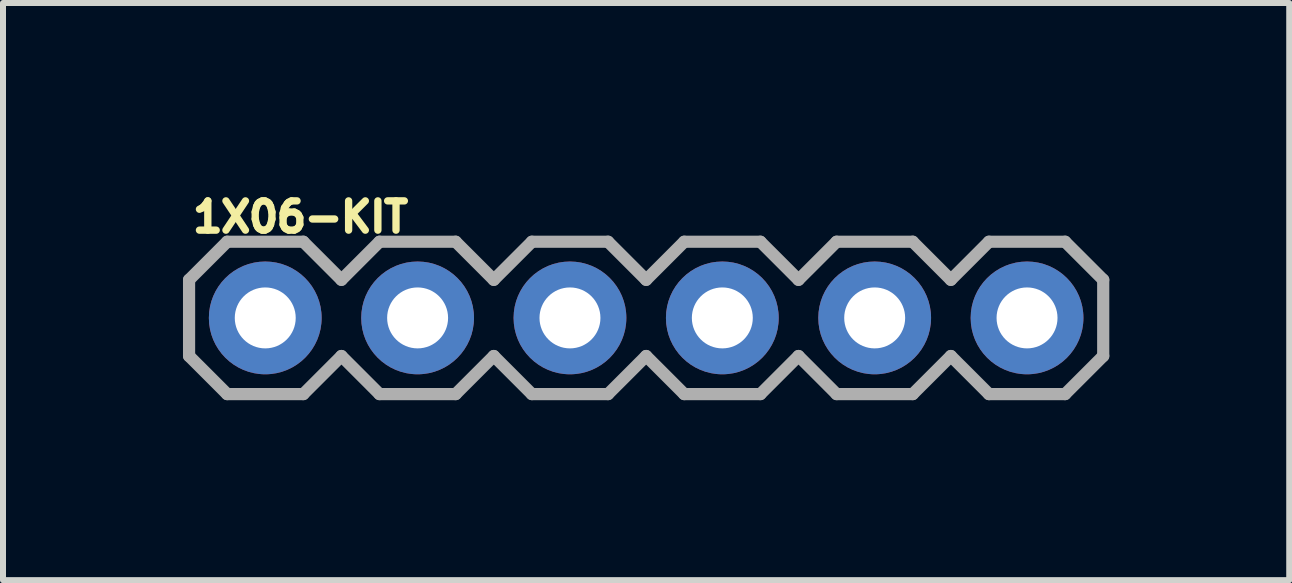
<source format=kicad_pcb>
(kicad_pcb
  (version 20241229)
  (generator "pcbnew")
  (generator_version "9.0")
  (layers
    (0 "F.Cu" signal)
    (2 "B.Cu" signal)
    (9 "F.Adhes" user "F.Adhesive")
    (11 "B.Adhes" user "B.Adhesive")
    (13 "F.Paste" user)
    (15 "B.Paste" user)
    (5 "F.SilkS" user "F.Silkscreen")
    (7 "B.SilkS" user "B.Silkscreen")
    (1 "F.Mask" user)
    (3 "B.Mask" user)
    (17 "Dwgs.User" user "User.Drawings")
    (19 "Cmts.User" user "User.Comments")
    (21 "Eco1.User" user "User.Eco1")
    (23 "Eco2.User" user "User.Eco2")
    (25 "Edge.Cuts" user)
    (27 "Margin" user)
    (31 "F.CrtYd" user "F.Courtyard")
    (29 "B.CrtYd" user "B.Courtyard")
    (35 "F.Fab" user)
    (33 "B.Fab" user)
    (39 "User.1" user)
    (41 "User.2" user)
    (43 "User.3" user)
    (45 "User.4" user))
  (footprint "1X06-KIT"
    (layer "F.Cu")
    (at 1.372 2.25)
    (property "Reference" "1X06-KIT" (at -1.27 -1.397 0) (layer "F.SilkS") (effects (font (size 0.488 0.488) (thickness 0.122)) (justify left bottom)))
    (fp_poly (pts (xy 0.159 -0.483) (xy 0.301 -0.408) (xy 0.417 -0.289) (xy 0.503 -0.008) (xy 0.442 0.01) (xy 0.505 0.021) (xy 0.48 0.166) (xy 0.408 0.305) (xy 0.296 0.415) (xy 0.155 0.486) (xy 0.009 0.507) (xy 0.000001 0.445) (xy -0.008 0.507) (xy -0.153 0.488) (xy -0.294 0.42) (xy -0.41 0.309) (xy -0.509 0.027) (xy -0.487 -0.139) (xy -0.417 -0.286) (xy -0.301 -0.408) (xy -0.005 -0.512)) (stroke (width 0) (type solid)) (fill yes) (layer "F.Mask"))
    (fp_poly (pts (xy 2.699 -0.483) (xy 2.841 -0.408) (xy 2.957 -0.289) (xy 3.043 -0.008) (xy 2.982 0.01) (xy 3.045 0.021) (xy 3.02 0.166) (xy 2.948 0.305) (xy 2.836 0.415) (xy 2.695 0.486) (xy 2.549 0.507) (xy 2.54 0.445) (xy 2.532 0.507) (xy 2.387 0.488) (xy 2.246 0.42) (xy 2.13 0.309) (xy 2.031 0.027) (xy 2.053 -0.139) (xy 2.123 -0.286) (xy 2.239 -0.408) (xy 2.535 -0.512)) (stroke (width 0) (type solid)) (fill yes) (layer "F.Mask"))
    (fp_poly (pts (xy 5.239 -0.483) (xy 5.381 -0.408) (xy 5.497 -0.289) (xy 5.583 -0.008) (xy 5.522 0.01) (xy 5.585 0.021) (xy 5.56 0.166) (xy 5.488 0.305) (xy 5.376 0.415) (xy 5.235 0.486) (xy 5.089 0.507) (xy 5.08 0.445) (xy 5.072 0.507) (xy 4.927 0.488) (xy 4.786 0.42) (xy 4.67 0.309) (xy 4.571 0.027) (xy 4.593 -0.139) (xy 4.663 -0.286) (xy 4.779 -0.408) (xy 5.075 -0.512)) (stroke (width 0) (type solid)) (fill yes) (layer "F.Mask"))
    (fp_poly (pts (xy 7.779 -0.483) (xy 7.921 -0.408) (xy 8.037 -0.289) (xy 8.123 -0.008) (xy 8.062 0.01) (xy 8.125 0.021) (xy 8.1 0.166) (xy 8.028 0.305) (xy 7.916 0.415) (xy 7.775 0.486) (xy 7.629 0.507) (xy 7.62 0.445) (xy 7.612 0.507) (xy 7.467 0.488) (xy 7.326 0.42) (xy 7.21 0.309) (xy 7.111 0.027) (xy 7.133 -0.139) (xy 7.203 -0.286) (xy 7.319 -0.408) (xy 7.615 -0.512)) (stroke (width 0) (type solid)) (fill yes) (layer "F.Mask"))
    (fp_poly (pts (xy 10.319 -0.483) (xy 10.461 -0.408) (xy 10.577 -0.289) (xy 10.663 -0.008) (xy 10.602 0.01) (xy 10.665 0.021) (xy 10.64 0.166) (xy 10.568 0.305) (xy 10.456 0.415) (xy 10.315 0.486) (xy 10.169 0.507) (xy 10.16 0.445) (xy 10.152 0.507) (xy 10.007 0.488) (xy 9.866 0.42) (xy 9.75 0.309) (xy 9.651 0.027) (xy 9.673 -0.139) (xy 9.743 -0.286) (xy 9.859 -0.408) (xy 10.155 -0.512)) (stroke (width 0) (type solid)) (fill yes) (layer "F.Mask"))
    (fp_poly (pts (xy 12.859 -0.483) (xy 13.001 -0.408) (xy 13.117 -0.289) (xy 13.203 -0.008) (xy 13.142 0.01) (xy 13.205 0.021) (xy 13.18 0.166) (xy 13.108 0.305) (xy 12.996 0.415) (xy 12.855 0.486) (xy 12.709 0.507) (xy 12.7 0.445) (xy 12.692 0.507) (xy 12.547 0.488) (xy 12.406 0.42) (xy 12.29 0.309) (xy 12.191 0.027) (xy 12.213 -0.139) (xy 12.283 -0.286) (xy 12.399 -0.408) (xy 12.695 -0.512)) (stroke (width 0) (type solid)) (fill yes) (layer "F.Mask"))
    (fp_poly (pts (xy 0.201 -0.994) (xy 0.393 -0.932) (xy 0.569 -0.835) (xy 0.723 -0.705) (xy 0.849 -0.547) (xy 0.941 -0.368) (xy 0.997 -0.174) (xy 1.013 0.02) (xy 0.95 0.025) (xy 1.013 0.032) (xy 0.992 0.221) (xy 0.933 0.408) (xy 0.839 0.58) (xy 0.713 0.731) (xy 0.56 0.854) (xy 0.386 0.944) (xy 0.197 0.999) (xy 0.008 1.016) (xy 0.003 0.953) (xy -0.003 1.016) (xy -0.193 1) (xy -0.383 0.945) (xy -0.558 0.854) (xy -0.712 0.731) (xy -0.839 0.58) (xy -0.936 0.405) (xy -1.016 0.027) (xy -0.999 -0.177) (xy -0.943 -0.371) (xy -0.85 -0.549) (xy -0.724 -0.707) (xy -0.57 -0.836) (xy -0.39 -0.935) (xy -0.003 -1.017)) (stroke (width 0) (type solid)) (fill yes) (layer "B.Mask"))
    (fp_poly (pts (xy 2.741 -0.994) (xy 2.933 -0.932) (xy 3.109 -0.835) (xy 3.263 -0.705) (xy 3.389 -0.547) (xy 3.481 -0.368) (xy 3.537 -0.174) (xy 3.553 0.02) (xy 3.49 0.025) (xy 3.553 0.032) (xy 3.532 0.221) (xy 3.473 0.408) (xy 3.379 0.58) (xy 3.253 0.731) (xy 3.1 0.854) (xy 2.926 0.944) (xy 2.737 0.999) (xy 2.548 1.016) (xy 2.543 0.953) (xy 2.537 1.016) (xy 2.347 1) (xy 2.157 0.945) (xy 1.982 0.854) (xy 1.828 0.731) (xy 1.701 0.58) (xy 1.604 0.405) (xy 1.524 0.027) (xy 1.541 -0.177) (xy 1.597 -0.371) (xy 1.69 -0.549) (xy 1.816 -0.707) (xy 1.97 -0.836) (xy 2.15 -0.935) (xy 2.537 -1.017)) (stroke (width 0) (type solid)) (fill yes) (layer "B.Mask"))
    (fp_poly (pts (xy 5.281 -0.994) (xy 5.473 -0.932) (xy 5.649 -0.835) (xy 5.803 -0.705) (xy 5.929 -0.547) (xy 6.021 -0.368) (xy 6.077 -0.174) (xy 6.093 0.02) (xy 6.03 0.025) (xy 6.093 0.032) (xy 6.072 0.221) (xy 6.013 0.408) (xy 5.919 0.58) (xy 5.793 0.731) (xy 5.64 0.854) (xy 5.466 0.944) (xy 5.277 0.999) (xy 5.088 1.016) (xy 5.083 0.953) (xy 5.077 1.016) (xy 4.887 1) (xy 4.697 0.945) (xy 4.522 0.854) (xy 4.368 0.731) (xy 4.241 0.58) (xy 4.144 0.405) (xy 4.064 0.027) (xy 4.081 -0.177) (xy 4.137 -0.371) (xy 4.23 -0.549) (xy 4.356 -0.707) (xy 4.51 -0.836) (xy 4.69 -0.935) (xy 5.077 -1.017)) (stroke (width 0) (type solid)) (fill yes) (layer "B.Mask"))
    (fp_poly (pts (xy 7.821 -0.994) (xy 8.013 -0.932) (xy 8.189 -0.835) (xy 8.343 -0.705) (xy 8.469 -0.547) (xy 8.561 -0.368) (xy 8.617 -0.174) (xy 8.633 0.02) (xy 8.57 0.025) (xy 8.633 0.032) (xy 8.612 0.221) (xy 8.553 0.408) (xy 8.459 0.58) (xy 8.333 0.731) (xy 8.18 0.854) (xy 8.006 0.944) (xy 7.817 0.999) (xy 7.628 1.016) (xy 7.623 0.953) (xy 7.617 1.016) (xy 7.427 1) (xy 7.237 0.945) (xy 7.062 0.854) (xy 6.908 0.731) (xy 6.781 0.58) (xy 6.684 0.405) (xy 6.604 0.027) (xy 6.621 -0.177) (xy 6.677 -0.371) (xy 6.77 -0.549) (xy 6.896 -0.707) (xy 7.05 -0.836) (xy 7.23 -0.935) (xy 7.617 -1.017)) (stroke (width 0) (type solid)) (fill yes) (layer "B.Mask"))
    (fp_poly (pts (xy 10.361 -0.994) (xy 10.553 -0.932) (xy 10.729 -0.835) (xy 10.883 -0.705) (xy 11.009 -0.547) (xy 11.101 -0.368) (xy 11.157 -0.174) (xy 11.173 0.02) (xy 11.11 0.025) (xy 11.173 0.032) (xy 11.152 0.221) (xy 11.093 0.408) (xy 10.999 0.58) (xy 10.873 0.731) (xy 10.72 0.854) (xy 10.546 0.944) (xy 10.357 0.999) (xy 10.168 1.016) (xy 10.163 0.953) (xy 10.157 1.016) (xy 9.967 1) (xy 9.777 0.945) (xy 9.602 0.854) (xy 9.448 0.731) (xy 9.321 0.58) (xy 9.224 0.405) (xy 9.144 0.027) (xy 9.161 -0.177) (xy 9.217 -0.371) (xy 9.31 -0.549) (xy 9.436 -0.707) (xy 9.59 -0.836) (xy 9.77 -0.935) (xy 10.157 -1.017)) (stroke (width 0) (type solid)) (fill yes) (layer "B.Mask"))
    (fp_poly (pts (xy 12.901 -0.994) (xy 13.093 -0.932) (xy 13.269 -0.835) (xy 13.423 -0.705) (xy 13.549 -0.547) (xy 13.641 -0.368) (xy 13.697 -0.174) (xy 13.713 0.02) (xy 13.65 0.025) (xy 13.713 0.032) (xy 13.692 0.221) (xy 13.633 0.408) (xy 13.539 0.58) (xy 13.413 0.731) (xy 13.26 0.854) (xy 13.086 0.944) (xy 12.897 0.999) (xy 12.708 1.016) (xy 12.703 0.953) (xy 12.697 1.016) (xy 12.507 1) (xy 12.317 0.945) (xy 12.142 0.854) (xy 11.988 0.731) (xy 11.861 0.58) (xy 11.764 0.405) (xy 11.684 0.027) (xy 11.701 -0.177) (xy 11.757 -0.371) (xy 11.85 -0.549) (xy 11.976 -0.707) (xy 12.13 -0.836) (xy 12.31 -0.935) (xy 12.697 -1.017)) (stroke (width 0) (type solid)) (fill yes) (layer "B.Mask"))
    (fp_line (start -1.27 -0.635) (end -1.27 0.635) (stroke (width 0.203) (type solid)) (layer "F.Fab"))
    (fp_line (start -1.27 0.635) (end -0.635 1.27) (stroke (width 0.203) (type solid)) (layer "F.Fab"))
    (fp_line (start -0.635 -1.27) (end -1.27 -0.635) (stroke (width 0.203) (type solid)) (layer "F.Fab"))
    (fp_line (start -0.635 -1.27) (end 0.635 -1.27) (stroke (width 0.203) (type solid)) (layer "F.Fab"))
    (fp_line (start 0.635 -1.27) (end 1.27 -0.635) (stroke (width 0.203) (type solid)) (layer "F.Fab"))
    (fp_line (start 0.635 1.27) (end -0.635 1.27) (stroke (width 0.203) (type solid)) (layer "F.Fab"))
    (fp_line (start 1.27 -0.635) (end 1.905 -1.27) (stroke (width 0.203) (type solid)) (layer "F.Fab"))
    (fp_line (start 1.27 0.635) (end 0.635 1.27) (stroke (width 0.203) (type solid)) (layer "F.Fab"))
    (fp_line (start 1.905 -1.27) (end 3.175 -1.27) (stroke (width 0.203) (type solid)) (layer "F.Fab"))
    (fp_line (start 1.905 1.27) (end 1.27 0.635) (stroke (width 0.203) (type solid)) (layer "F.Fab"))
    (fp_line (start 3.175 -1.27) (end 3.81 -0.635) (stroke (width 0.203) (type solid)) (layer "F.Fab"))
    (fp_line (start 3.175 1.27) (end 1.905 1.27) (stroke (width 0.203) (type solid)) (layer "F.Fab"))
    (fp_line (start 3.81 -0.635) (end 4.445 -1.27) (stroke (width 0.203) (type solid)) (layer "F.Fab"))
    (fp_line (start 3.81 0.635) (end 3.175 1.27) (stroke (width 0.203) (type solid)) (layer "F.Fab"))
    (fp_line (start 4.445 -1.27) (end 5.715 -1.27) (stroke (width 0.203) (type solid)) (layer "F.Fab"))
    (fp_line (start 4.445 1.27) (end 3.81 0.635) (stroke (width 0.203) (type solid)) (layer "F.Fab"))
    (fp_line (start 5.715 -1.27) (end 6.35 -0.635) (stroke (width 0.203) (type solid)) (layer "F.Fab"))
    (fp_line (start 5.715 1.27) (end 4.445 1.27) (stroke (width 0.203) (type solid)) (layer "F.Fab"))
    (fp_line (start 6.35 0.635) (end 5.715 1.27) (stroke (width 0.203) (type solid)) (layer "F.Fab"))
    (fp_line (start 6.35 0.635) (end 6.985 1.27) (stroke (width 0.203) (type solid)) (layer "F.Fab"))
    (fp_line (start 6.985 -1.27) (end 6.35 -0.635) (stroke (width 0.203) (type solid)) (layer "F.Fab"))
    (fp_line (start 6.985 -1.27) (end 8.255 -1.27) (stroke (width 0.203) (type solid)) (layer "F.Fab"))
    (fp_line (start 8.255 -1.27) (end 8.89 -0.635) (stroke (width 0.203) (type solid)) (layer "F.Fab"))
    (fp_line (start 8.255 1.27) (end 6.985 1.27) (stroke (width 0.203) (type solid)) (layer "F.Fab"))
    (fp_line (start 8.89 -0.635) (end 9.525 -1.27) (stroke (width 0.203) (type solid)) (layer "F.Fab"))
    (fp_line (start 8.89 0.635) (end 8.255 1.27) (stroke (width 0.203) (type solid)) (layer "F.Fab"))
    (fp_line (start 9.525 -1.27) (end 10.795 -1.27) (stroke (width 0.203) (type solid)) (layer "F.Fab"))
    (fp_line (start 9.525 1.27) (end 8.89 0.635) (stroke (width 0.203) (type solid)) (layer "F.Fab"))
    (fp_line (start 10.795 -1.27) (end 11.43 -0.635) (stroke (width 0.203) (type solid)) (layer "F.Fab"))
    (fp_line (start 10.795 1.27) (end 9.525 1.27) (stroke (width 0.203) (type solid)) (layer "F.Fab"))
    (fp_line (start 11.43 -0.635) (end 12.065 -1.27) (stroke (width 0.203) (type solid)) (layer "F.Fab"))
    (fp_line (start 11.43 0.635) (end 10.795 1.27) (stroke (width 0.203) (type solid)) (layer "F.Fab"))
    (fp_line (start 12.065 -1.27) (end 13.335 -1.27) (stroke (width 0.203) (type solid)) (layer "F.Fab"))
    (fp_line (start 12.065 1.27) (end 11.43 0.635) (stroke (width 0.203) (type solid)) (layer "F.Fab"))
    (fp_line (start 13.335 -1.27) (end 13.97 -0.635) (stroke (width 0.203) (type solid)) (layer "F.Fab"))
    (fp_line (start 13.335 1.27) (end 12.065 1.27) (stroke (width 0.203) (type solid)) (layer "F.Fab"))
    (fp_line (start 13.97 -0.635) (end 13.97 0.635) (stroke (width 0.203) (type solid)) (layer "F.Fab"))
    (fp_line (start 13.97 0.635) (end 13.335 1.27) (stroke (width 0.203) (type solid)) (layer "F.Fab"))
    (fp_poly (pts (xy -0.254 0.254) (xy 0.254 0.254) (xy 0.254 -0.254) (xy -0.254 -0.254)) (stroke (width 0.1) (type solid)) (fill no) (layer "F.Fab"))
    (fp_poly (pts (xy 2.286 0.254) (xy 2.794 0.254) (xy 2.794 -0.254) (xy 2.286 -0.254)) (stroke (width 0.1) (type solid)) (fill no) (layer "F.Fab"))
    (fp_poly (pts (xy 4.826 0.254) (xy 5.334 0.254) (xy 5.334 -0.254) (xy 4.826 -0.254)) (stroke (width 0.1) (type solid)) (fill no) (layer "F.Fab"))
    (fp_poly (pts (xy 7.366 0.254) (xy 7.874 0.254) (xy 7.874 -0.254) (xy 7.366 -0.254)) (stroke (width 0.1) (type solid)) (fill no) (layer "F.Fab"))
    (fp_poly (pts (xy 9.906 0.254) (xy 10.414 0.254) (xy 10.414 -0.254) (xy 9.906 -0.254)) (stroke (width 0.1) (type solid)) (fill no) (layer "F.Fab"))
    (fp_poly (pts (xy 12.446 0.254) (xy 12.954 0.254) (xy 12.954 -0.254) (xy 12.446 -0.254)) (stroke (width 0.1) (type solid)) (fill no) (layer "F.Fab"))
    (pad "1" thru_hole circle (at 0 0 90) (size 1.88 1.88) (drill 1.016) (layers "*.Cu"))
    (pad "2" thru_hole circle (at 2.54 0 90) (size 1.88 1.88) (drill 1.016) (layers "*.Cu"))
    (pad "3" thru_hole circle (at 5.08 0 90) (size 1.88 1.88) (drill 1.016) (layers "*.Cu"))
    (pad "4" thru_hole circle (at 7.62 0 90) (size 1.88 1.88) (drill 1.016) (layers "*.Cu"))
    (pad "5" thru_hole circle (at 10.16 0 90) (size 1.88 1.88) (drill 1.016) (layers "*.Cu"))
    (pad "6" thru_hole circle (at 12.7 0 90) (size 1.88 1.88) (drill 1.016) (layers "*.Cu")))
  (gr_rect
    (start -3 -3)
    (end 18.443 6.622)
    (stroke (width 0.1) (type default))
    (fill no)
    (layer "Edge.Cuts")))
</source>
